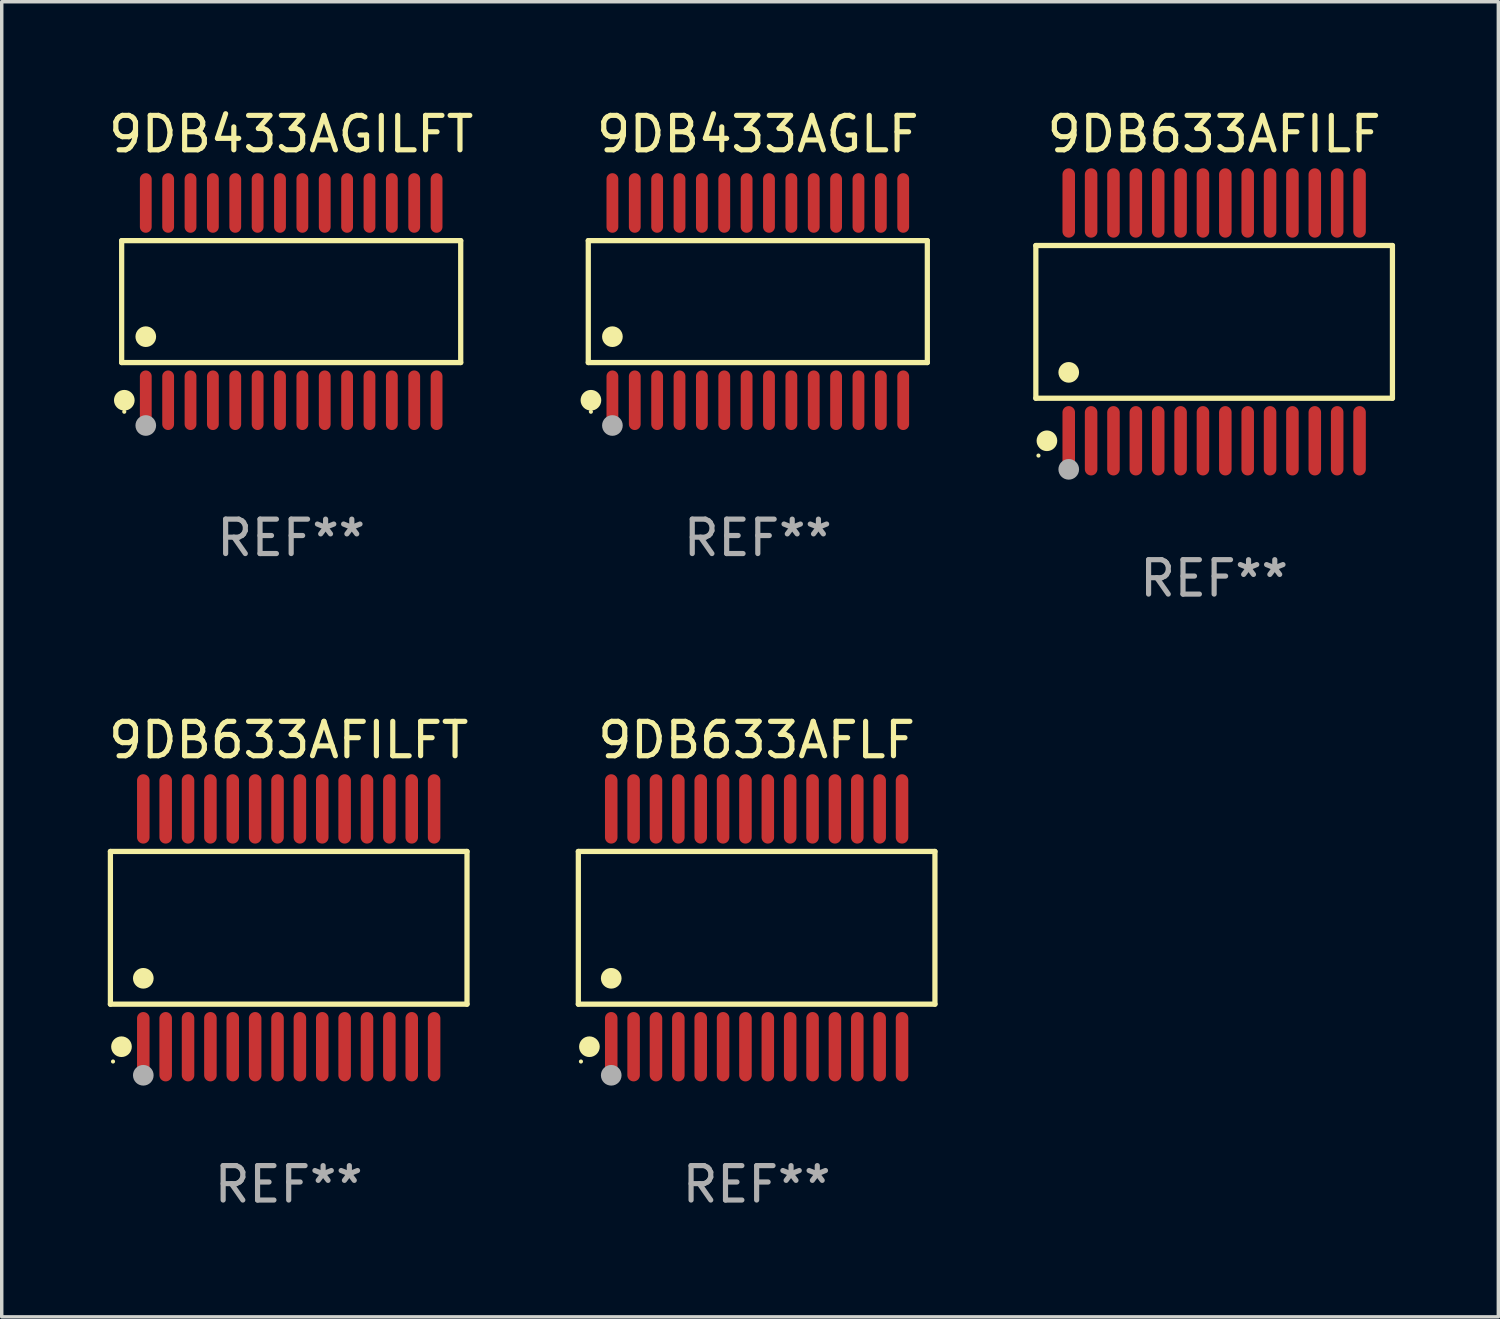
<source format=kicad_pcb>
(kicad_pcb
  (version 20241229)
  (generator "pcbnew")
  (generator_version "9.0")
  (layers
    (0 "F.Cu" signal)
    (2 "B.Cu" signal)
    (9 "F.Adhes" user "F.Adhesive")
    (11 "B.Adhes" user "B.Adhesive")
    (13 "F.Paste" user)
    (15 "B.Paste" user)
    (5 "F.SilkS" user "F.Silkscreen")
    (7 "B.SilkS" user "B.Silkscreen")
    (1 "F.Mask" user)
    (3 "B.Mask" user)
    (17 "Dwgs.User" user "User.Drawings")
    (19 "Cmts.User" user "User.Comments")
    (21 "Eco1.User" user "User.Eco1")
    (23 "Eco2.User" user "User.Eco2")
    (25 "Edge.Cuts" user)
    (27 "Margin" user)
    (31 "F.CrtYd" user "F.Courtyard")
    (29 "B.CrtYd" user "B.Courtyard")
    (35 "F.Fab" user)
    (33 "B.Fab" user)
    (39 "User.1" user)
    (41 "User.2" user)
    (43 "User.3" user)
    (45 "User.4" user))
  (footprint "9DB633AFILF"
    (layer "F.Cu")
    (at 32.23 6.303)
    (property "Reference" "9DB633AFILF" (at 0 -5.455 0) (layer "F.SilkS") (effects (font (size 1 1) (thickness 0.15))))
    (attr through_hole)
    (fp_line (start -5.181 -2.219) (end 5.181 -2.219) (stroke (width 0.152) (type solid)) (layer "F.SilkS"))
    (fp_line (start -5.181 2.219) (end -5.181 -2.219) (stroke (width 0.152) (type solid)) (layer "F.SilkS"))
    (fp_line (start 5.181 -2.219) (end 5.181 2.219) (stroke (width 0.152) (type solid)) (layer "F.SilkS"))
    (fp_line (start 5.181 2.219) (end -5.181 2.219) (stroke (width 0.152) (type solid)) (layer "F.SilkS"))
    (fp_circle (center -5.105 3.885) (end -5.075 3.885) (stroke (width 0.06) (type solid)) (fill no) (layer "F.SilkS"))
    (fp_circle (center -4.859 3.455) (end -4.709 3.455) (stroke (width 0.3) (type solid)) (fill no) (layer "F.SilkS"))
    (fp_circle (center -4.225 1.467) (end -4.075 1.467) (stroke (width 0.3) (type solid)) (fill no) (layer "F.SilkS"))
    (fp_circle (center -4.225 4.285) (end -4.075 4.285) (stroke (width 0.3) (type solid)) (fill no) (layer "F.Fab"))
    (fp_text user "REF**" (at 0 7.455 0) (layer "F.Fab") (effects (font (size 1 1) (thickness 0.15))))
    (pad "1" smd oval (at -4.225 3.455) (size 0.364 2.015) (layers "F.Cu" "F.Mask" "F.Paste"))
    (pad "2" smd oval (at -3.575 3.455) (size 0.364 2.015) (layers "F.Cu" "F.Mask" "F.Paste"))
    (pad "3" smd oval (at -2.925 3.455) (size 0.364 2.015) (layers "F.Cu" "F.Mask" "F.Paste"))
    (pad "4" smd oval (at -2.275 3.455) (size 0.364 2.015) (layers "F.Cu" "F.Mask" "F.Paste"))
    (pad "5" smd oval (at -1.625 3.455) (size 0.364 2.015) (layers "F.Cu" "F.Mask" "F.Paste"))
    (pad "6" smd oval (at -0.975 3.455) (size 0.364 2.015) (layers "F.Cu" "F.Mask" "F.Paste"))
    (pad "7" smd oval (at -0.325 3.455) (size 0.364 2.015) (layers "F.Cu" "F.Mask" "F.Paste"))
    (pad "8" smd oval (at 0.325 3.455) (size 0.364 2.015) (layers "F.Cu" "F.Mask" "F.Paste"))
    (pad "9" smd oval (at 0.975 3.455) (size 0.364 2.015) (layers "F.Cu" "F.Mask" "F.Paste"))
    (pad "10" smd oval (at 1.625 3.455) (size 0.364 2.015) (layers "F.Cu" "F.Mask" "F.Paste"))
    (pad "11" smd oval (at 2.275 3.455) (size 0.364 2.015) (layers "F.Cu" "F.Mask" "F.Paste"))
    (pad "12" smd oval (at 2.925 3.455) (size 0.364 2.015) (layers "F.Cu" "F.Mask" "F.Paste"))
    (pad "13" smd oval (at 3.575 3.455) (size 0.364 2.015) (layers "F.Cu" "F.Mask" "F.Paste"))
    (pad "14" smd oval (at 4.225 3.455) (size 0.364 2.015) (layers "F.Cu" "F.Mask" "F.Paste"))
    (pad "15" smd oval (at 4.225 -3.455) (size 0.364 2.015) (layers "F.Cu" "F.Mask" "F.Paste"))
    (pad "16" smd oval (at 3.575 -3.455) (size 0.364 2.015) (layers "F.Cu" "F.Mask" "F.Paste"))
    (pad "17" smd oval (at 2.925 -3.455) (size 0.364 2.015) (layers "F.Cu" "F.Mask" "F.Paste"))
    (pad "18" smd oval (at 2.275 -3.455) (size 0.364 2.015) (layers "F.Cu" "F.Mask" "F.Paste"))
    (pad "19" smd oval (at 1.625 -3.455) (size 0.364 2.015) (layers "F.Cu" "F.Mask" "F.Paste"))
    (pad "20" smd oval (at 0.975 -3.455) (size 0.364 2.015) (layers "F.Cu" "F.Mask" "F.Paste"))
    (pad "21" smd oval (at 0.325 -3.455) (size 0.364 2.015) (layers "F.Cu" "F.Mask" "F.Paste"))
    (pad "22" smd oval (at -0.325 -3.455) (size 0.364 2.015) (layers "F.Cu" "F.Mask" "F.Paste"))
    (pad "23" smd oval (at -0.975 -3.455) (size 0.364 2.015) (layers "F.Cu" "F.Mask" "F.Paste"))
    (pad "24" smd oval (at -1.625 -3.455) (size 0.364 2.015) (layers "F.Cu" "F.Mask" "F.Paste"))
    (pad "25" smd oval (at -2.275 -3.455) (size 0.364 2.015) (layers "F.Cu" "F.Mask" "F.Paste"))
    (pad "26" smd oval (at -2.925 -3.455) (size 0.364 2.015) (layers "F.Cu" "F.Mask" "F.Paste"))
    (pad "27" smd oval (at -3.575 -3.455) (size 0.364 2.015) (layers "F.Cu" "F.Mask" "F.Paste"))
    (pad "28" smd oval (at -4.225 -3.455) (size 0.364 2.015) (layers "F.Cu" "F.Mask" "F.Paste")))
  (footprint "9DB433AGLF"
    (layer "F.Cu")
    (at 18.97 5.714)
    (property "Reference" "9DB433AGLF" (at 0 -4.866 0) (layer "F.SilkS") (effects (font (size 1 1) (thickness 0.15))))
    (attr through_hole)
    (fp_line (start -4.926 -1.772) (end 4.926 -1.772) (stroke (width 0.152) (type solid)) (layer "F.SilkS"))
    (fp_line (start -4.926 1.771) (end -4.926 -1.772) (stroke (width 0.152) (type solid)) (layer "F.SilkS"))
    (fp_line (start 4.926 -1.772) (end 4.926 1.771) (stroke (width 0.152) (type solid)) (layer "F.SilkS"))
    (fp_line (start 4.926 1.771) (end -4.926 1.771) (stroke (width 0.152) (type solid)) (layer "F.SilkS"))
    (fp_circle (center -4.85 3.2) (end -4.82 3.2) (stroke (width 0.06) (type solid)) (fill no) (layer "F.SilkS"))
    (fp_circle (center -4.849 2.866) (end -4.699 2.866) (stroke (width 0.3) (type solid)) (fill no) (layer "F.SilkS"))
    (fp_circle (center -4.225 1.019) (end -4.075 1.019) (stroke (width 0.3) (type solid)) (fill no) (layer "F.SilkS"))
    (fp_circle (center -4.225 3.6) (end -4.075 3.6) (stroke (width 0.3) (type solid)) (fill no) (layer "F.Fab"))
    (fp_text user "REF**" (at 0 6.866 0) (layer "F.Fab") (effects (font (size 1 1) (thickness 0.15))))
    (pad "1" smd oval (at -4.225 2.866) (size 0.343 1.731) (layers "F.Cu" "F.Mask" "F.Paste"))
    (pad "2" smd oval (at -3.575 2.866) (size 0.343 1.731) (layers "F.Cu" "F.Mask" "F.Paste"))
    (pad "3" smd oval (at -2.925 2.866) (size 0.343 1.731) (layers "F.Cu" "F.Mask" "F.Paste"))
    (pad "4" smd oval (at -2.275 2.866) (size 0.343 1.731) (layers "F.Cu" "F.Mask" "F.Paste"))
    (pad "5" smd oval (at -1.625 2.866) (size 0.343 1.731) (layers "F.Cu" "F.Mask" "F.Paste"))
    (pad "6" smd oval (at -0.975 2.866) (size 0.343 1.731) (layers "F.Cu" "F.Mask" "F.Paste"))
    (pad "7" smd oval (at -0.325 2.866) (size 0.343 1.731) (layers "F.Cu" "F.Mask" "F.Paste"))
    (pad "8" smd oval (at 0.325 2.866) (size 0.343 1.731) (layers "F.Cu" "F.Mask" "F.Paste"))
    (pad "9" smd oval (at 0.975 2.866) (size 0.343 1.731) (layers "F.Cu" "F.Mask" "F.Paste"))
    (pad "10" smd oval (at 1.625 2.866) (size 0.343 1.731) (layers "F.Cu" "F.Mask" "F.Paste"))
    (pad "11" smd oval (at 2.275 2.866) (size 0.343 1.731) (layers "F.Cu" "F.Mask" "F.Paste"))
    (pad "12" smd oval (at 2.925 2.866) (size 0.343 1.731) (layers "F.Cu" "F.Mask" "F.Paste"))
    (pad "13" smd oval (at 3.575 2.866) (size 0.343 1.731) (layers "F.Cu" "F.Mask" "F.Paste"))
    (pad "14" smd oval (at 4.225 2.866) (size 0.343 1.731) (layers "F.Cu" "F.Mask" "F.Paste"))
    (pad "15" smd oval (at 4.225 -2.866) (size 0.343 1.731) (layers "F.Cu" "F.Mask" "F.Paste"))
    (pad "16" smd oval (at 3.575 -2.866) (size 0.343 1.731) (layers "F.Cu" "F.Mask" "F.Paste"))
    (pad "17" smd oval (at 2.925 -2.866) (size 0.343 1.731) (layers "F.Cu" "F.Mask" "F.Paste"))
    (pad "18" smd oval (at 2.275 -2.866) (size 0.343 1.731) (layers "F.Cu" "F.Mask" "F.Paste"))
    (pad "19" smd oval (at 1.625 -2.866) (size 0.343 1.731) (layers "F.Cu" "F.Mask" "F.Paste"))
    (pad "20" smd oval (at 0.975 -2.866) (size 0.343 1.731) (layers "F.Cu" "F.Mask" "F.Paste"))
    (pad "21" smd oval (at 0.325 -2.866) (size 0.343 1.731) (layers "F.Cu" "F.Mask" "F.Paste"))
    (pad "22" smd oval (at -0.325 -2.866) (size 0.343 1.731) (layers "F.Cu" "F.Mask" "F.Paste"))
    (pad "23" smd oval (at -0.975 -2.866) (size 0.343 1.731) (layers "F.Cu" "F.Mask" "F.Paste"))
    (pad "24" smd oval (at -1.625 -2.866) (size 0.343 1.731) (layers "F.Cu" "F.Mask" "F.Paste"))
    (pad "25" smd oval (at -2.275 -2.866) (size 0.343 1.731) (layers "F.Cu" "F.Mask" "F.Paste"))
    (pad "26" smd oval (at -2.925 -2.866) (size 0.343 1.731) (layers "F.Cu" "F.Mask" "F.Paste"))
    (pad "27" smd oval (at -3.575 -2.866) (size 0.343 1.731) (layers "F.Cu" "F.Mask" "F.Paste"))
    (pad "28" smd oval (at -4.225 -2.866) (size 0.343 1.731) (layers "F.Cu" "F.Mask" "F.Paste")))
  (footprint "9DB633AFLF"
    (layer "F.Cu")
    (at 18.936 23.91)
    (property "Reference" "9DB633AFLF" (at 0 -5.455 0) (layer "F.SilkS") (effects (font (size 1 1) (thickness 0.15))))
    (attr through_hole)
    (fp_line (start -5.181 -2.219) (end 5.181 -2.219) (stroke (width 0.152) (type solid)) (layer "F.SilkS"))
    (fp_line (start -5.181 2.219) (end -5.181 -2.219) (stroke (width 0.152) (type solid)) (layer "F.SilkS"))
    (fp_line (start 5.181 -2.219) (end 5.181 2.219) (stroke (width 0.152) (type solid)) (layer "F.SilkS"))
    (fp_line (start 5.181 2.219) (end -5.181 2.219) (stroke (width 0.152) (type solid)) (layer "F.SilkS"))
    (fp_circle (center -5.105 3.885) (end -5.075 3.885) (stroke (width 0.06) (type solid)) (fill no) (layer "F.SilkS"))
    (fp_circle (center -4.859 3.455) (end -4.709 3.455) (stroke (width 0.3) (type solid)) (fill no) (layer "F.SilkS"))
    (fp_circle (center -4.225 1.467) (end -4.075 1.467) (stroke (width 0.3) (type solid)) (fill no) (layer "F.SilkS"))
    (fp_circle (center -4.225 4.285) (end -4.075 4.285) (stroke (width 0.3) (type solid)) (fill no) (layer "F.Fab"))
    (fp_text user "REF**" (at 0 7.455 0) (layer "F.Fab") (effects (font (size 1 1) (thickness 0.15))))
    (pad "1" smd oval (at -4.225 3.455) (size 0.364 2.015) (layers "F.Cu" "F.Mask" "F.Paste"))
    (pad "2" smd oval (at -3.575 3.455) (size 0.364 2.015) (layers "F.Cu" "F.Mask" "F.Paste"))
    (pad "3" smd oval (at -2.925 3.455) (size 0.364 2.015) (layers "F.Cu" "F.Mask" "F.Paste"))
    (pad "4" smd oval (at -2.275 3.455) (size 0.364 2.015) (layers "F.Cu" "F.Mask" "F.Paste"))
    (pad "5" smd oval (at -1.625 3.455) (size 0.364 2.015) (layers "F.Cu" "F.Mask" "F.Paste"))
    (pad "6" smd oval (at -0.975 3.455) (size 0.364 2.015) (layers "F.Cu" "F.Mask" "F.Paste"))
    (pad "7" smd oval (at -0.325 3.455) (size 0.364 2.015) (layers "F.Cu" "F.Mask" "F.Paste"))
    (pad "8" smd oval (at 0.325 3.455) (size 0.364 2.015) (layers "F.Cu" "F.Mask" "F.Paste"))
    (pad "9" smd oval (at 0.975 3.455) (size 0.364 2.015) (layers "F.Cu" "F.Mask" "F.Paste"))
    (pad "10" smd oval (at 1.625 3.455) (size 0.364 2.015) (layers "F.Cu" "F.Mask" "F.Paste"))
    (pad "11" smd oval (at 2.275 3.455) (size 0.364 2.015) (layers "F.Cu" "F.Mask" "F.Paste"))
    (pad "12" smd oval (at 2.925 3.455) (size 0.364 2.015) (layers "F.Cu" "F.Mask" "F.Paste"))
    (pad "13" smd oval (at 3.575 3.455) (size 0.364 2.015) (layers "F.Cu" "F.Mask" "F.Paste"))
    (pad "14" smd oval (at 4.225 3.455) (size 0.364 2.015) (layers "F.Cu" "F.Mask" "F.Paste"))
    (pad "15" smd oval (at 4.225 -3.455) (size 0.364 2.015) (layers "F.Cu" "F.Mask" "F.Paste"))
    (pad "16" smd oval (at 3.575 -3.455) (size 0.364 2.015) (layers "F.Cu" "F.Mask" "F.Paste"))
    (pad "17" smd oval (at 2.925 -3.455) (size 0.364 2.015) (layers "F.Cu" "F.Mask" "F.Paste"))
    (pad "18" smd oval (at 2.275 -3.455) (size 0.364 2.015) (layers "F.Cu" "F.Mask" "F.Paste"))
    (pad "19" smd oval (at 1.625 -3.455) (size 0.364 2.015) (layers "F.Cu" "F.Mask" "F.Paste"))
    (pad "20" smd oval (at 0.975 -3.455) (size 0.364 2.015) (layers "F.Cu" "F.Mask" "F.Paste"))
    (pad "21" smd oval (at 0.325 -3.455) (size 0.364 2.015) (layers "F.Cu" "F.Mask" "F.Paste"))
    (pad "22" smd oval (at -0.325 -3.455) (size 0.364 2.015) (layers "F.Cu" "F.Mask" "F.Paste"))
    (pad "23" smd oval (at -0.975 -3.455) (size 0.364 2.015) (layers "F.Cu" "F.Mask" "F.Paste"))
    (pad "24" smd oval (at -1.625 -3.455) (size 0.364 2.015) (layers "F.Cu" "F.Mask" "F.Paste"))
    (pad "25" smd oval (at -2.275 -3.455) (size 0.364 2.015) (layers "F.Cu" "F.Mask" "F.Paste"))
    (pad "26" smd oval (at -2.925 -3.455) (size 0.364 2.015) (layers "F.Cu" "F.Mask" "F.Paste"))
    (pad "27" smd oval (at -3.575 -3.455) (size 0.364 2.015) (layers "F.Cu" "F.Mask" "F.Paste"))
    (pad "28" smd oval (at -4.225 -3.455) (size 0.364 2.015) (layers "F.Cu" "F.Mask" "F.Paste")))
  (footprint "9DB633AFILFT"
    (layer "F.Cu")
    (at 5.339 23.91)
    (property "Reference" "9DB633AFILFT" (at 0 -5.455 0) (layer "F.SilkS") (effects (font (size 1 1) (thickness 0.15))))
    (attr through_hole)
    (fp_line (start -5.181 -2.219) (end 5.181 -2.219) (stroke (width 0.152) (type solid)) (layer "F.SilkS"))
    (fp_line (start -5.181 2.219) (end -5.181 -2.219) (stroke (width 0.152) (type solid)) (layer "F.SilkS"))
    (fp_line (start 5.181 -2.219) (end 5.181 2.219) (stroke (width 0.152) (type solid)) (layer "F.SilkS"))
    (fp_line (start 5.181 2.219) (end -5.181 2.219) (stroke (width 0.152) (type solid)) (layer "F.SilkS"))
    (fp_circle (center -5.105 3.885) (end -5.075 3.885) (stroke (width 0.06) (type solid)) (fill no) (layer "F.SilkS"))
    (fp_circle (center -4.859 3.455) (end -4.709 3.455) (stroke (width 0.3) (type solid)) (fill no) (layer "F.SilkS"))
    (fp_circle (center -4.225 1.467) (end -4.075 1.467) (stroke (width 0.3) (type solid)) (fill no) (layer "F.SilkS"))
    (fp_circle (center -4.225 4.285) (end -4.075 4.285) (stroke (width 0.3) (type solid)) (fill no) (layer "F.Fab"))
    (fp_text user "REF**" (at 0 7.455 0) (layer "F.Fab") (effects (font (size 1 1) (thickness 0.15))))
    (pad "1" smd oval (at -4.225 3.455) (size 0.364 2.015) (layers "F.Cu" "F.Mask" "F.Paste"))
    (pad "2" smd oval (at -3.575 3.455) (size 0.364 2.015) (layers "F.Cu" "F.Mask" "F.Paste"))
    (pad "3" smd oval (at -2.925 3.455) (size 0.364 2.015) (layers "F.Cu" "F.Mask" "F.Paste"))
    (pad "4" smd oval (at -2.275 3.455) (size 0.364 2.015) (layers "F.Cu" "F.Mask" "F.Paste"))
    (pad "5" smd oval (at -1.625 3.455) (size 0.364 2.015) (layers "F.Cu" "F.Mask" "F.Paste"))
    (pad "6" smd oval (at -0.975 3.455) (size 0.364 2.015) (layers "F.Cu" "F.Mask" "F.Paste"))
    (pad "7" smd oval (at -0.325 3.455) (size 0.364 2.015) (layers "F.Cu" "F.Mask" "F.Paste"))
    (pad "8" smd oval (at 0.325 3.455) (size 0.364 2.015) (layers "F.Cu" "F.Mask" "F.Paste"))
    (pad "9" smd oval (at 0.975 3.455) (size 0.364 2.015) (layers "F.Cu" "F.Mask" "F.Paste"))
    (pad "10" smd oval (at 1.625 3.455) (size 0.364 2.015) (layers "F.Cu" "F.Mask" "F.Paste"))
    (pad "11" smd oval (at 2.275 3.455) (size 0.364 2.015) (layers "F.Cu" "F.Mask" "F.Paste"))
    (pad "12" smd oval (at 2.925 3.455) (size 0.364 2.015) (layers "F.Cu" "F.Mask" "F.Paste"))
    (pad "13" smd oval (at 3.575 3.455) (size 0.364 2.015) (layers "F.Cu" "F.Mask" "F.Paste"))
    (pad "14" smd oval (at 4.225 3.455) (size 0.364 2.015) (layers "F.Cu" "F.Mask" "F.Paste"))
    (pad "15" smd oval (at 4.225 -3.455) (size 0.364 2.015) (layers "F.Cu" "F.Mask" "F.Paste"))
    (pad "16" smd oval (at 3.575 -3.455) (size 0.364 2.015) (layers "F.Cu" "F.Mask" "F.Paste"))
    (pad "17" smd oval (at 2.925 -3.455) (size 0.364 2.015) (layers "F.Cu" "F.Mask" "F.Paste"))
    (pad "18" smd oval (at 2.275 -3.455) (size 0.364 2.015) (layers "F.Cu" "F.Mask" "F.Paste"))
    (pad "19" smd oval (at 1.625 -3.455) (size 0.364 2.015) (layers "F.Cu" "F.Mask" "F.Paste"))
    (pad "20" smd oval (at 0.975 -3.455) (size 0.364 2.015) (layers "F.Cu" "F.Mask" "F.Paste"))
    (pad "21" smd oval (at 0.325 -3.455) (size 0.364 2.015) (layers "F.Cu" "F.Mask" "F.Paste"))
    (pad "22" smd oval (at -0.325 -3.455) (size 0.364 2.015) (layers "F.Cu" "F.Mask" "F.Paste"))
    (pad "23" smd oval (at -0.975 -3.455) (size 0.364 2.015) (layers "F.Cu" "F.Mask" "F.Paste"))
    (pad "24" smd oval (at -1.625 -3.455) (size 0.364 2.015) (layers "F.Cu" "F.Mask" "F.Paste"))
    (pad "25" smd oval (at -2.275 -3.455) (size 0.364 2.015) (layers "F.Cu" "F.Mask" "F.Paste"))
    (pad "26" smd oval (at -2.925 -3.455) (size 0.364 2.015) (layers "F.Cu" "F.Mask" "F.Paste"))
    (pad "27" smd oval (at -3.575 -3.455) (size 0.364 2.015) (layers "F.Cu" "F.Mask" "F.Paste"))
    (pad "28" smd oval (at -4.225 -3.455) (size 0.364 2.015) (layers "F.Cu" "F.Mask" "F.Paste")))
  (footprint "9DB433AGILFT"
    (layer "F.Cu")
    (at 5.411 5.714)
    (property "Reference" "9DB433AGILFT" (at 0 -4.866 0) (layer "F.SilkS") (effects (font (size 1 1) (thickness 0.15))))
    (attr through_hole)
    (fp_line (start -4.926 -1.772) (end 4.926 -1.772) (stroke (width 0.152) (type solid)) (layer "F.SilkS"))
    (fp_line (start -4.926 1.771) (end -4.926 -1.772) (stroke (width 0.152) (type solid)) (layer "F.SilkS"))
    (fp_line (start 4.926 -1.772) (end 4.926 1.771) (stroke (width 0.152) (type solid)) (layer "F.SilkS"))
    (fp_line (start 4.926 1.771) (end -4.926 1.771) (stroke (width 0.152) (type solid)) (layer "F.SilkS"))
    (fp_circle (center -4.85 3.2) (end -4.82 3.2) (stroke (width 0.06) (type solid)) (fill no) (layer "F.SilkS"))
    (fp_circle (center -4.849 2.866) (end -4.699 2.866) (stroke (width 0.3) (type solid)) (fill no) (layer "F.SilkS"))
    (fp_circle (center -4.225 1.019) (end -4.075 1.019) (stroke (width 0.3) (type solid)) (fill no) (layer "F.SilkS"))
    (fp_circle (center -4.225 3.6) (end -4.075 3.6) (stroke (width 0.3) (type solid)) (fill no) (layer "F.Fab"))
    (fp_text user "REF**" (at 0 6.866 0) (layer "F.Fab") (effects (font (size 1 1) (thickness 0.15))))
    (pad "1" smd oval (at -4.225 2.866) (size 0.343 1.731) (layers "F.Cu" "F.Mask" "F.Paste"))
    (pad "2" smd oval (at -3.575 2.866) (size 0.343 1.731) (layers "F.Cu" "F.Mask" "F.Paste"))
    (pad "3" smd oval (at -2.925 2.866) (size 0.343 1.731) (layers "F.Cu" "F.Mask" "F.Paste"))
    (pad "4" smd oval (at -2.275 2.866) (size 0.343 1.731) (layers "F.Cu" "F.Mask" "F.Paste"))
    (pad "5" smd oval (at -1.625 2.866) (size 0.343 1.731) (layers "F.Cu" "F.Mask" "F.Paste"))
    (pad "6" smd oval (at -0.975 2.866) (size 0.343 1.731) (layers "F.Cu" "F.Mask" "F.Paste"))
    (pad "7" smd oval (at -0.325 2.866) (size 0.343 1.731) (layers "F.Cu" "F.Mask" "F.Paste"))
    (pad "8" smd oval (at 0.325 2.866) (size 0.343 1.731) (layers "F.Cu" "F.Mask" "F.Paste"))
    (pad "9" smd oval (at 0.975 2.866) (size 0.343 1.731) (layers "F.Cu" "F.Mask" "F.Paste"))
    (pad "10" smd oval (at 1.625 2.866) (size 0.343 1.731) (layers "F.Cu" "F.Mask" "F.Paste"))
    (pad "11" smd oval (at 2.275 2.866) (size 0.343 1.731) (layers "F.Cu" "F.Mask" "F.Paste"))
    (pad "12" smd oval (at 2.925 2.866) (size 0.343 1.731) (layers "F.Cu" "F.Mask" "F.Paste"))
    (pad "13" smd oval (at 3.575 2.866) (size 0.343 1.731) (layers "F.Cu" "F.Mask" "F.Paste"))
    (pad "14" smd oval (at 4.225 2.866) (size 0.343 1.731) (layers "F.Cu" "F.Mask" "F.Paste"))
    (pad "15" smd oval (at 4.225 -2.866) (size 0.343 1.731) (layers "F.Cu" "F.Mask" "F.Paste"))
    (pad "16" smd oval (at 3.575 -2.866) (size 0.343 1.731) (layers "F.Cu" "F.Mask" "F.Paste"))
    (pad "17" smd oval (at 2.925 -2.866) (size 0.343 1.731) (layers "F.Cu" "F.Mask" "F.Paste"))
    (pad "18" smd oval (at 2.275 -2.866) (size 0.343 1.731) (layers "F.Cu" "F.Mask" "F.Paste"))
    (pad "19" smd oval (at 1.625 -2.866) (size 0.343 1.731) (layers "F.Cu" "F.Mask" "F.Paste"))
    (pad "20" smd oval (at 0.975 -2.866) (size 0.343 1.731) (layers "F.Cu" "F.Mask" "F.Paste"))
    (pad "21" smd oval (at 0.325 -2.866) (size 0.343 1.731) (layers "F.Cu" "F.Mask" "F.Paste"))
    (pad "22" smd oval (at -0.325 -2.866) (size 0.343 1.731) (layers "F.Cu" "F.Mask" "F.Paste"))
    (pad "23" smd oval (at -0.975 -2.866) (size 0.343 1.731) (layers "F.Cu" "F.Mask" "F.Paste"))
    (pad "24" smd oval (at -1.625 -2.866) (size 0.343 1.731) (layers "F.Cu" "F.Mask" "F.Paste"))
    (pad "25" smd oval (at -2.275 -2.866) (size 0.343 1.731) (layers "F.Cu" "F.Mask" "F.Paste"))
    (pad "26" smd oval (at -2.925 -2.866) (size 0.343 1.731) (layers "F.Cu" "F.Mask" "F.Paste"))
    (pad "27" smd oval (at -3.575 -2.866) (size 0.343 1.731) (layers "F.Cu" "F.Mask" "F.Paste"))
    (pad "28" smd oval (at -4.225 -2.866) (size 0.343 1.731) (layers "F.Cu" "F.Mask" "F.Paste")))
  (gr_rect
    (start -3 -3)
    (end 40.488 35.214)
    (stroke (width 0.1) (type default))
    (fill no)
    (layer "Edge.Cuts")))
</source>
